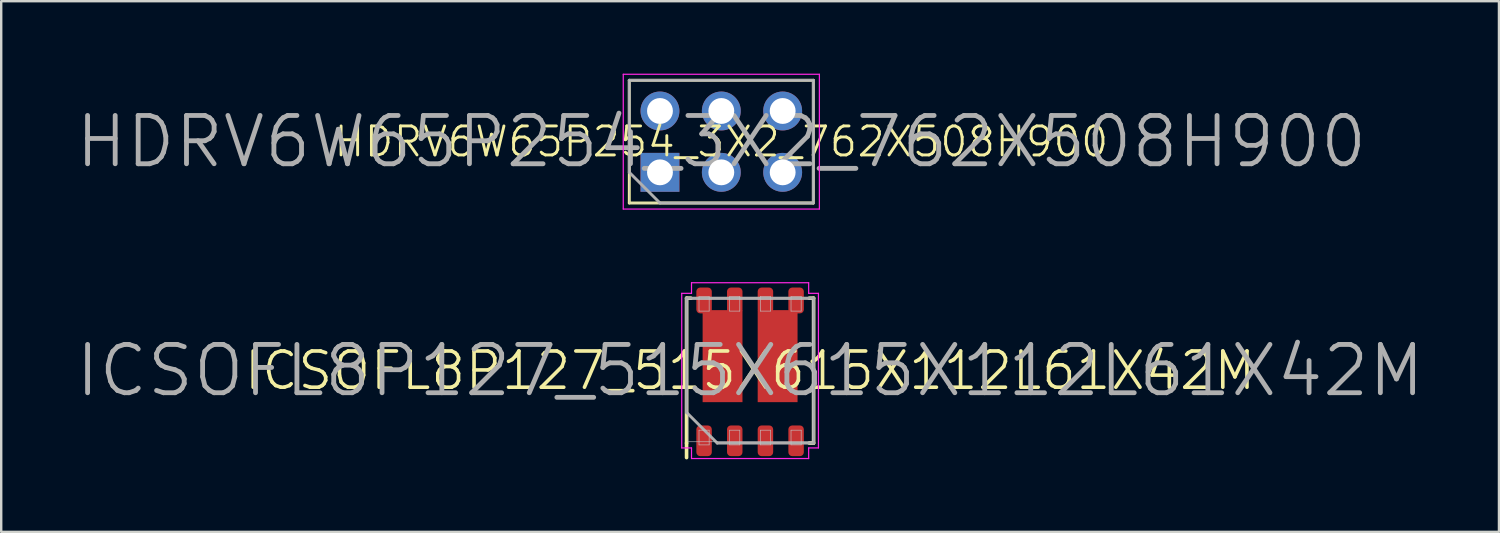
<source format=kicad_pcb>
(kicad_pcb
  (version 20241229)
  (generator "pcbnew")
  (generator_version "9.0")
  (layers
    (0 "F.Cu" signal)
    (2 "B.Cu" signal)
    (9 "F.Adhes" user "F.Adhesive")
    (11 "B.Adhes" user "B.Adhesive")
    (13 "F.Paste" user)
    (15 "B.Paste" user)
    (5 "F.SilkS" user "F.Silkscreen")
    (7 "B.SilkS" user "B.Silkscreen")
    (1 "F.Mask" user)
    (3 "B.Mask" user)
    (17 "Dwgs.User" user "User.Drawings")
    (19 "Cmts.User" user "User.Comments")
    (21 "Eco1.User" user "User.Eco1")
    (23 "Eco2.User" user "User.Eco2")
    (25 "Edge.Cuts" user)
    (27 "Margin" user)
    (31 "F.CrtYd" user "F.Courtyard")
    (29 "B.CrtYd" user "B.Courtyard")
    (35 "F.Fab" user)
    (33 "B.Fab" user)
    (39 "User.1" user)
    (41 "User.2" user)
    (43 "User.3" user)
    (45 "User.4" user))
  (footprint "ICSOFL8P127_515X615X112L61X42M"
    (layer "F.Cu")
    (at 28.005 12.295)
    (property "Reference" "ICSOFL8P127_515X615X112L61X42M" (at 0 0 0) (layer "F.SilkS") (effects (font (size 1.5 1.5) (thickness 0.15))))
    (attr smd)
    (fp_line (start -2.63 -3) (end -2.45 -3) (stroke (width 0.15) (type solid)) (layer "F.SilkS"))
    (fp_line (start -2.63 3) (end -2.63 -3) (stroke (width 0.15) (type solid)) (layer "F.SilkS"))
    (fp_line (start -2.63 3) (end -2.63 3.6) (stroke (width 0.15) (type solid)) (layer "F.SilkS"))
    (fp_line (start 2.45 3) (end 2.63 3) (stroke (width 0.15) (type solid)) (layer "F.SilkS"))
    (fp_line (start 2.63 -3) (end 2.45 -3) (stroke (width 0.15) (type solid)) (layer "F.SilkS"))
    (fp_line (start 2.63 3) (end 2.63 -3) (stroke (width 0.15) (type solid)) (layer "F.SilkS"))
    (fp_line (start -2.575 -2.945) (end 2.575 -2.945) (stroke (width 0.025) (type solid)) (layer "Dwgs.User"))
    (fp_line (start -2.575 2.945) (end -2.575 -2.945) (stroke (width 0.025) (type solid)) (layer "Dwgs.User"))
    (fp_line (start -2.115 -3.075) (end -1.695 -3.075) (stroke (width 0.025) (type solid)) (layer "Dwgs.User"))
    (fp_line (start -2.115 -2.465) (end -2.115 -3.075) (stroke (width 0.025) (type solid)) (layer "Dwgs.User"))
    (fp_line (start -2.115 2.465) (end -1.695 2.465) (stroke (width 0.025) (type solid)) (layer "Dwgs.User"))
    (fp_line (start -2.115 3.075) (end -2.115 2.465) (stroke (width 0.025) (type solid)) (layer "Dwgs.User"))
    (fp_line (start -1.695 -3.075) (end -1.695 -2.465) (stroke (width 0.025) (type solid)) (layer "Dwgs.User"))
    (fp_line (start -1.695 -2.465) (end -2.115 -2.465) (stroke (width 0.025) (type solid)) (layer "Dwgs.User"))
    (fp_line (start -1.695 2.465) (end -1.695 3.075) (stroke (width 0.025) (type solid)) (layer "Dwgs.User"))
    (fp_line (start -1.695 3.075) (end -2.115 3.075) (stroke (width 0.025) (type solid)) (layer "Dwgs.User"))
    (fp_line (start -0.845 -3.075) (end -0.425 -3.075) (stroke (width 0.025) (type solid)) (layer "Dwgs.User"))
    (fp_line (start -0.845 -2.465) (end -0.845 -3.075) (stroke (width 0.025) (type solid)) (layer "Dwgs.User"))
    (fp_line (start -0.845 2.465) (end -0.425 2.465) (stroke (width 0.025) (type solid)) (layer "Dwgs.User"))
    (fp_line (start -0.845 3.075) (end -0.845 2.465) (stroke (width 0.025) (type solid)) (layer "Dwgs.User"))
    (fp_line (start -0.425 -3.075) (end -0.425 -2.465) (stroke (width 0.025) (type solid)) (layer "Dwgs.User"))
    (fp_line (start -0.425 -2.465) (end -0.845 -2.465) (stroke (width 0.025) (type solid)) (layer "Dwgs.User"))
    (fp_line (start -0.425 2.465) (end -0.425 3.075) (stroke (width 0.025) (type solid)) (layer "Dwgs.User"))
    (fp_line (start -0.425 3.075) (end -0.845 3.075) (stroke (width 0.025) (type solid)) (layer "Dwgs.User"))
    (fp_line (start 0.425 -3.075) (end 0.845 -3.075) (stroke (width 0.025) (type solid)) (layer "Dwgs.User"))
    (fp_line (start 0.425 -2.465) (end 0.425 -3.075) (stroke (width 0.025) (type solid)) (layer "Dwgs.User"))
    (fp_line (start 0.425 2.465) (end 0.845 2.465) (stroke (width 0.025) (type solid)) (layer "Dwgs.User"))
    (fp_line (start 0.425 3.075) (end 0.425 2.465) (stroke (width 0.025) (type solid)) (layer "Dwgs.User"))
    (fp_line (start 0.845 -3.075) (end 0.845 -2.465) (stroke (width 0.025) (type solid)) (layer "Dwgs.User"))
    (fp_line (start 0.845 -2.465) (end 0.425 -2.465) (stroke (width 0.025) (type solid)) (layer "Dwgs.User"))
    (fp_line (start 0.845 2.465) (end 0.845 3.075) (stroke (width 0.025) (type solid)) (layer "Dwgs.User"))
    (fp_line (start 0.845 3.075) (end 0.425 3.075) (stroke (width 0.025) (type solid)) (layer "Dwgs.User"))
    (fp_line (start 1.695 -3.075) (end 2.115 -3.075) (stroke (width 0.025) (type solid)) (layer "Dwgs.User"))
    (fp_line (start 1.695 -2.465) (end 1.695 -3.075) (stroke (width 0.025) (type solid)) (layer "Dwgs.User"))
    (fp_line (start 1.695 2.465) (end 2.115 2.465) (stroke (width 0.025) (type solid)) (layer "Dwgs.User"))
    (fp_line (start 1.695 3.075) (end 1.695 2.465) (stroke (width 0.025) (type solid)) (layer "Dwgs.User"))
    (fp_line (start 2.115 -3.075) (end 2.115 -2.465) (stroke (width 0.025) (type solid)) (layer "Dwgs.User"))
    (fp_line (start 2.115 -2.465) (end 1.695 -2.465) (stroke (width 0.025) (type solid)) (layer "Dwgs.User"))
    (fp_line (start 2.115 2.465) (end 2.115 3.075) (stroke (width 0.025) (type solid)) (layer "Dwgs.User"))
    (fp_line (start 2.115 3.075) (end 1.695 3.075) (stroke (width 0.025) (type solid)) (layer "Dwgs.User"))
    (fp_line (start 2.575 -2.945) (end 2.575 2.945) (stroke (width 0.025) (type solid)) (layer "Dwgs.User"))
    (fp_line (start 2.575 2.945) (end -2.575 2.945) (stroke (width 0.025) (type solid)) (layer "Dwgs.User"))
    (fp_line (start -2.83 -3.2) (end -2.83 3.2) (stroke (width 0.05) (type solid)) (layer "F.CrtYd"))
    (fp_line (start -2.83 3.2) (end -2.425 3.2) (stroke (width 0.05) (type solid)) (layer "F.CrtYd"))
    (fp_line (start -2.425 -3.64) (end -2.425 -3.2) (stroke (width 0.05) (type solid)) (layer "F.CrtYd"))
    (fp_line (start -2.425 -3.2) (end -2.83 -3.2) (stroke (width 0.05) (type solid)) (layer "F.CrtYd"))
    (fp_line (start -2.425 3.2) (end -2.425 3.64) (stroke (width 0.05) (type solid)) (layer "F.CrtYd"))
    (fp_line (start -2.425 3.64) (end 2.425 3.64) (stroke (width 0.05) (type solid)) (layer "F.CrtYd"))
    (fp_line (start 2.425 -3.64) (end -2.425 -3.64) (stroke (width 0.05) (type solid)) (layer "F.CrtYd"))
    (fp_line (start 2.425 -3.2) (end 2.425 -3.64) (stroke (width 0.05) (type solid)) (layer "F.CrtYd"))
    (fp_line (start 2.425 3.2) (end 2.83 3.2) (stroke (width 0.05) (type solid)) (layer "F.CrtYd"))
    (fp_line (start 2.425 3.64) (end 2.425 3.2) (stroke (width 0.05) (type solid)) (layer "F.CrtYd"))
    (fp_line (start 2.83 -3.2) (end 2.425 -3.2) (stroke (width 0.05) (type solid)) (layer "F.CrtYd"))
    (fp_line (start 2.83 3.2) (end 2.83 -3.2) (stroke (width 0.05) (type solid)) (layer "F.CrtYd"))
    (fp_line (start -2.63 -3) (end 2.63 -3) (stroke (width 0.12) (type solid)) (layer "F.Fab"))
    (fp_line (start -2.63 1.73) (end -2.63 -3) (stroke (width 0.12) (type solid)) (layer "F.Fab"))
    (fp_line (start -1.36 3) (end -2.63 1.73) (stroke (width 0.12) (type solid)) (layer "F.Fab"))
    (fp_line (start 2.63 -3) (end 2.63 3) (stroke (width 0.12) (type solid)) (layer "F.Fab"))
    (fp_line (start 2.63 3) (end -1.36 3) (stroke (width 0.12) (type solid)) (layer "F.Fab"))
    (fp_text user "${REFERENCE}" (at 0 0 0) (layer "F.Fab") (effects (font (size 2 2) (thickness 0.2))))
    (pad "1" smd roundrect (at -1.905 2.905 90) (size 1.27 0.64) (layers "F.Cu" "F.Mask" "F.Paste") (roundrect_rratio 0.25))
    (pad "2" smd roundrect (at -0.635 2.905 90) (size 1.27 0.64) (layers "F.Cu" "F.Mask" "F.Paste") (roundrect_rratio 0.25))
    (pad "3" smd roundrect (at 0.635 2.905 90) (size 1.27 0.64) (layers "F.Cu" "F.Mask" "F.Paste") (roundrect_rratio 0.25))
    (pad "4" smd roundrect (at 1.905 2.905 90) (size 1.27 0.64) (layers "F.Cu" "F.Mask" "F.Paste") (roundrect_rratio 0.25))
    (pad "5" smd roundrect (at 0.635 -2.905 90) (size 1.07 0.64) (layers "F.Cu" "F.Mask" "F.Paste") (roundrect_rratio 0.25))
    (pad "5" smd rect (at 1.14 -0.6 90) (size 3.81 1.65) (layers "F.Cu" "F.Mask" "F.Paste"))
    (pad "5" smd roundrect (at 1.905 -2.905 90) (size 1.07 0.64) (layers "F.Cu" "F.Mask" "F.Paste") (roundrect_rratio 0.25))
    (pad "6" smd roundrect (at -1.905 -2.905 90) (size 1.07 0.64) (layers "F.Cu" "F.Mask" "F.Paste") (roundrect_rratio 0.25))
    (pad "6" smd rect (at -1.14 -0.6 90) (size 3.81 1.65) (layers "F.Cu" "F.Mask" "F.Paste"))
    (pad "6" smd roundrect (at -0.635 -2.905 90) (size 1.07 0.64) (layers "F.Cu" "F.Mask" "F.Paste") (roundrect_rratio 0.25)))
  (footprint "HDRV6W65P254_3X2_762X508H900"
    (layer "F.Cu")
    (at 24.274 4.085)
    (property "Reference" "HDRV6W65P254_3X2_762X508H900" (at 2.54 -1.27 0) (layer "F.SilkS") (effects (font (size 1.2 1.2) (thickness 0.12))))
    (attr through_hole)
    (fp_line (start -1.27 -3.81) (end 6.35 -3.81) (stroke (width 0.12) (type solid)) (layer "F.SilkS"))
    (fp_line (start -1.27 1.27) (end -1.27 -3.81) (stroke (width 0.12) (type solid)) (layer "F.SilkS"))
    (fp_line (start 6.35 -3.81) (end 6.35 1.27) (stroke (width 0.12) (type solid)) (layer "F.SilkS"))
    (fp_line (start 6.35 1.27) (end -1.27 1.27) (stroke (width 0.12) (type solid)) (layer "F.SilkS"))
    (fp_line (start -1.27 -3.81) (end 6.35 -3.81) (stroke (width 0.025) (type solid)) (layer "Dwgs.User"))
    (fp_line (start -1.27 1.27) (end -1.27 -3.81) (stroke (width 0.025) (type solid)) (layer "Dwgs.User"))
    (fp_line (start -0.325 -2.865) (end 0.325 -2.865) (stroke (width 0.025) (type solid)) (layer "Dwgs.User"))
    (fp_line (start -0.325 -2.215) (end -0.325 -2.865) (stroke (width 0.025) (type solid)) (layer "Dwgs.User"))
    (fp_line (start -0.325 -0.325) (end 0.325 -0.325) (stroke (width 0.025) (type solid)) (layer "Dwgs.User"))
    (fp_line (start -0.325 0.325) (end -0.325 -0.325) (stroke (width 0.025) (type solid)) (layer "Dwgs.User"))
    (fp_line (start 0.325 -2.865) (end 0.325 -2.215) (stroke (width 0.025) (type solid)) (layer "Dwgs.User"))
    (fp_line (start 0.325 -2.215) (end -0.325 -2.215) (stroke (width 0.025) (type solid)) (layer "Dwgs.User"))
    (fp_line (start 0.325 -0.325) (end 0.325 0.325) (stroke (width 0.025) (type solid)) (layer "Dwgs.User"))
    (fp_line (start 0.325 0.325) (end -0.325 0.325) (stroke (width 0.025) (type solid)) (layer "Dwgs.User"))
    (fp_line (start 2.215 -2.865) (end 2.865 -2.865) (stroke (width 0.025) (type solid)) (layer "Dwgs.User"))
    (fp_line (start 2.215 -2.215) (end 2.215 -2.865) (stroke (width 0.025) (type solid)) (layer "Dwgs.User"))
    (fp_line (start 2.215 -0.325) (end 2.865 -0.325) (stroke (width 0.025) (type solid)) (layer "Dwgs.User"))
    (fp_line (start 2.215 0.325) (end 2.215 -0.325) (stroke (width 0.025) (type solid)) (layer "Dwgs.User"))
    (fp_line (start 2.865 -2.865) (end 2.865 -2.215) (stroke (width 0.025) (type solid)) (layer "Dwgs.User"))
    (fp_line (start 2.865 -2.215) (end 2.215 -2.215) (stroke (width 0.025) (type solid)) (layer "Dwgs.User"))
    (fp_line (start 2.865 -0.325) (end 2.865 0.325) (stroke (width 0.025) (type solid)) (layer "Dwgs.User"))
    (fp_line (start 2.865 0.325) (end 2.215 0.325) (stroke (width 0.025) (type solid)) (layer "Dwgs.User"))
    (fp_line (start 4.755 -2.865) (end 5.405 -2.865) (stroke (width 0.025) (type solid)) (layer "Dwgs.User"))
    (fp_line (start 4.755 -2.215) (end 4.755 -2.865) (stroke (width 0.025) (type solid)) (layer "Dwgs.User"))
    (fp_line (start 4.755 -0.325) (end 5.405 -0.325) (stroke (width 0.025) (type solid)) (layer "Dwgs.User"))
    (fp_line (start 4.755 0.325) (end 4.755 -0.325) (stroke (width 0.025) (type solid)) (layer "Dwgs.User"))
    (fp_line (start 5.405 -2.865) (end 5.405 -2.215) (stroke (width 0.025) (type solid)) (layer "Dwgs.User"))
    (fp_line (start 5.405 -2.215) (end 4.755 -2.215) (stroke (width 0.025) (type solid)) (layer "Dwgs.User"))
    (fp_line (start 5.405 -0.325) (end 5.405 0.325) (stroke (width 0.025) (type solid)) (layer "Dwgs.User"))
    (fp_line (start 5.405 0.325) (end 4.755 0.325) (stroke (width 0.025) (type solid)) (layer "Dwgs.User"))
    (fp_line (start 6.35 -3.81) (end 6.35 1.27) (stroke (width 0.025) (type solid)) (layer "Dwgs.User"))
    (fp_line (start 6.35 1.27) (end -1.27 1.27) (stroke (width 0.025) (type solid)) (layer "Dwgs.User"))
    (fp_line (start -1.52 -4.06) (end 6.6 -4.06) (stroke (width 0.05) (type solid)) (layer "F.CrtYd"))
    (fp_line (start -1.52 1.52) (end -1.52 -4.06) (stroke (width 0.05) (type solid)) (layer "F.CrtYd"))
    (fp_line (start 6.6 -4.06) (end 6.6 1.52) (stroke (width 0.05) (type solid)) (layer "F.CrtYd"))
    (fp_line (start 6.6 1.52) (end -1.52 1.52) (stroke (width 0.05) (type solid)) (layer "F.CrtYd"))
    (fp_line (start -1.27 -3.81) (end 6.35 -3.81) (stroke (width 0.12) (type solid)) (layer "F.Fab"))
    (fp_line (start -1.27 0) (end -1.27 -3.81) (stroke (width 0.12) (type solid)) (layer "F.Fab"))
    (fp_line (start 0 1.27) (end -1.27 0) (stroke (width 0.12) (type solid)) (layer "F.Fab"))
    (fp_line (start 6.35 -3.81) (end 6.35 1.27) (stroke (width 0.12) (type solid)) (layer "F.Fab"))
    (fp_line (start 6.35 1.27) (end 0 1.27) (stroke (width 0.12) (type solid)) (layer "F.Fab"))
    (fp_text user "${REFERENCE}" (at 2.54 -1.27 0) (layer "F.Fab") (effects (font (size 2 2) (thickness 0.2))))
    (pad "1" thru_hole rect (at 0 0) (size 1.61 1.61) (drill 1.07) (layers "*.Cu" "*.Mask"))
    (pad "2" thru_hole circle (at 0 -2.54) (size 1.61 1.61) (drill 1.07) (layers "*.Cu" "*.Mask"))
    (pad "3" thru_hole circle (at 2.54 0) (size 1.61 1.61) (drill 1.07) (layers "*.Cu" "*.Mask"))
    (pad "4" thru_hole circle (at 2.54 -2.54) (size 1.61 1.61) (drill 1.07) (layers "*.Cu" "*.Mask"))
    (pad "5" thru_hole circle (at 5.08 0) (size 1.61 1.61) (drill 1.07) (layers "*.Cu" "*.Mask"))
    (pad "6" thru_hole circle (at 5.08 -2.54) (size 1.61 1.61) (drill 1.07) (layers "*.Cu" "*.Mask")))
  (gr_rect
    (start -3 -3)
    (end 59.01 18.97)
    (stroke (width 0.1) (type default))
    (fill no)
    (layer "Edge.Cuts")))
</source>
